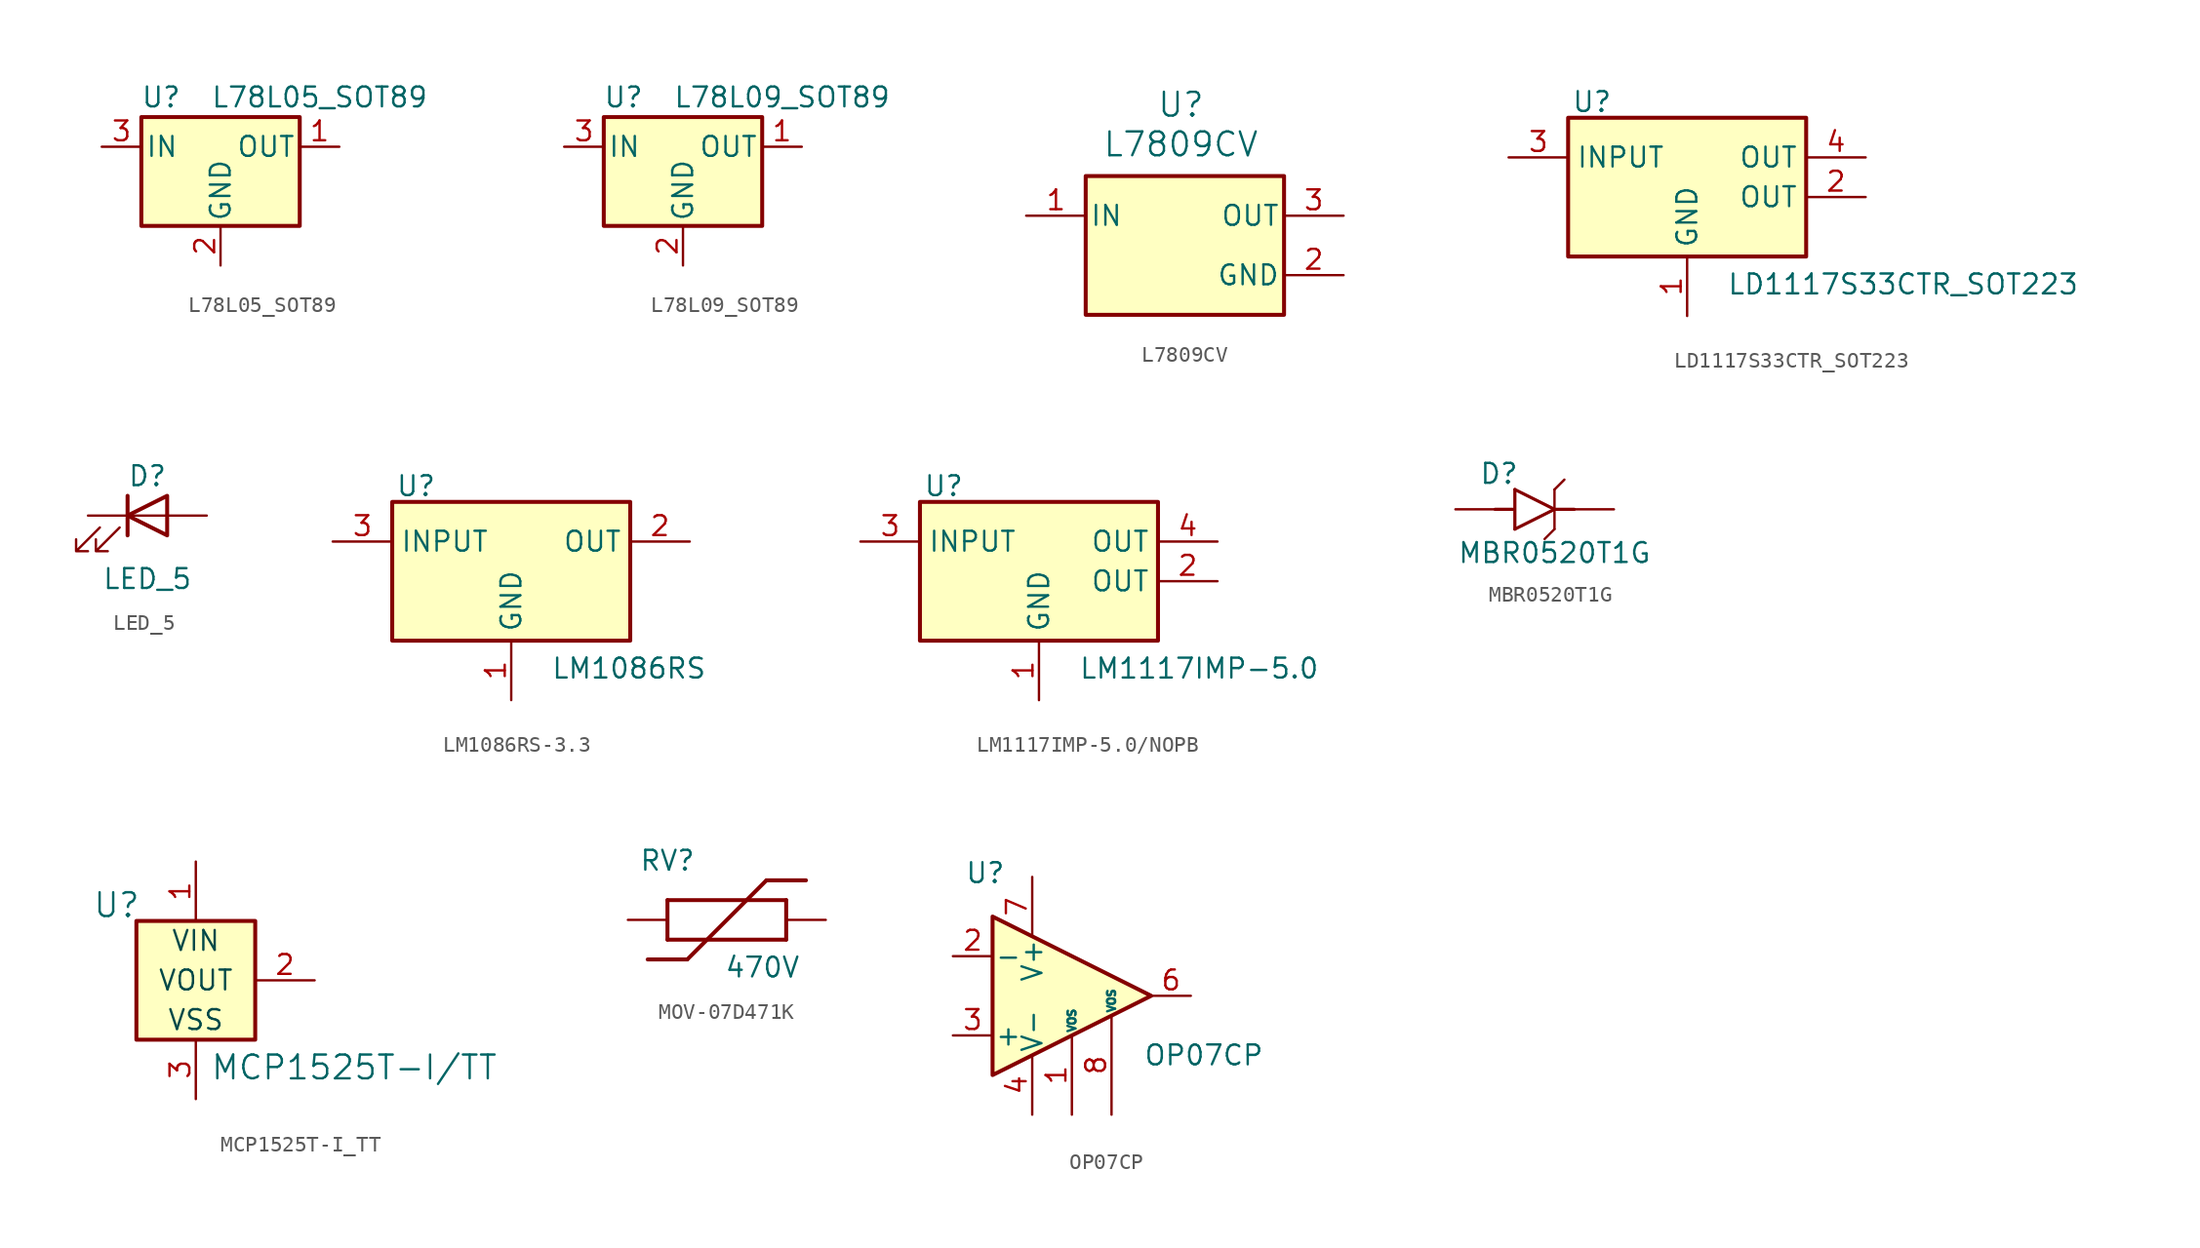
<source format=kicad_sym>
(kicad_symbol_lib
  (version 20231120)
  (generator "kicad_symbol_editor")
  (generator_version "8.0")
  (symbol "L78L05_SOT89"
    (pin_names
      (offset 0.254))
    (property "Reference" "U"
      (at -3.81 3.175 0)
      (effects (font (size 1.27 1.27))))
    (property "Value" "L78L05_SOT89"
      (at -0.635 3.175 0)
      (effects (font (size 1.27 1.27)) (justify left)))
    (symbol "L78L05_SOT89_0_1"
      (rectangle (start -5.08 1.905) (end 5.08 -5.08) (stroke (width 0.254) (type default)) (fill (type background))))
    (symbol "L78L05_SOT89_1_1"
      (pin power_out line (at 7.62 0 180) (length 2.54) (name "OUT" (effects (font (size 1.27 1.27)))) (number "1" (effects (font (size 1.27 1.27)))))
      (pin power_in line (at 0 -7.62 90) (length 2.54) (name "GND" (effects (font (size 1.27 1.27)))) (number "2" (effects (font (size 1.27 1.27)))))
      (pin power_in line (at -7.62 0 0) (length 2.54) (name "IN" (effects (font (size 1.27 1.27)))) (number "3" (effects (font (size 1.27 1.27)))))))
  (symbol "L78L09_SOT89"
    (pin_names
      (offset 0.254))
    (property "Reference" "U"
      (at -3.81 3.175 0)
      (effects (font (size 1.27 1.27))))
    (property "Value" "L78L09_SOT89"
      (at -0.635 3.175 0)
      (effects (font (size 1.27 1.27)) (justify left)))
    (symbol "L78L09_SOT89_0_1"
      (rectangle (start -5.08 1.905) (end 5.08 -5.08) (stroke (width 0.254) (type default)) (fill (type background))))
    (symbol "L78L09_SOT89_1_1"
      (pin power_out line (at 7.62 0 180) (length 2.54) (name "OUT" (effects (font (size 1.27 1.27)))) (number "1" (effects (font (size 1.27 1.27)))))
      (pin power_in line (at 0 -7.62 90) (length 2.54) (name "GND" (effects (font (size 1.27 1.27)))) (number "2" (effects (font (size 1.27 1.27)))))
      (pin power_in line (at -7.62 0 0) (length 2.54) (name "IN" (effects (font (size 1.27 1.27)))) (number "3" (effects (font (size 1.27 1.27)))))))
  (symbol "L7809CV"
    (pin_names
      (offset 0.254))
    (property "Reference" "U"
      (at 6.096 13.462 0)
      (effects (font (size 1.524 1.524))))
    (property "Value" "L7809CV"
      (at 6.096 10.922 0)
      (effects (font (size 1.524 1.524))))
    (symbol "L7809CV_0_1"
      (rectangle (start 0 8.89) (end 12.7 0) (stroke (width 0.254) (type default)) (fill (type background)))
      (pin power_in line (at -3.81 6.35 0) (length 3.81) (name "IN" (effects (font (size 1.27 1.27)))) (number "1" (effects (font (size 1.27 1.27)))))
      (pin power_in line (at 16.51 2.54 180) (length 3.81) (name "GND" (effects (font (size 1.27 1.27)))) (number "2" (effects (font (size 1.27 1.27)))))
      (pin power_in line (at 16.51 6.35 180) (length 3.81) (name "OUT" (effects (font (size 1.27 1.27)))) (number "3" (effects (font (size 1.27 1.27)))))))
  (symbol "LD1117S33CTR_SOT223"
    (property "Reference" "U"
      (at 1.524 9.906 0)
      (effects (font (size 1.27 1.27))))
    (property "Value" "LD1117S33CTR_SOT223"
      (at 10.16 -1.778 0)
      (effects (font (size 1.27 1.27)) (justify left)))
    (symbol "LD1117S33CTR_SOT223_1_1"
      (rectangle (start 0 8.89) (end 15.24 0) (stroke (width 0.254) (type default)) (fill (type background)))
      (pin power_in line (at 7.62 -3.81 90) (length 3.81) (name "GND" (effects (font (size 1.27 1.27)))) (number "1" (effects (font (size 1.27 1.27)))))
      (pin power_in line (at 19.05 3.81 180) (length 3.81) (name "OUT" (effects (font (size 1.27 1.27)))) (number "2" (effects (font (size 1.27 1.27)))))
      (pin power_in line (at -3.81 6.35 0) (length 3.81) (name "INPUT" (effects (font (size 1.27 1.27)))) (number "3" (effects (font (size 1.27 1.27)))))
      (pin power_in line (at 19.05 6.35 180) (length 3.81) (name "OUT" (effects (font (size 1.27 1.27)))) (number "4" (effects (font (size 1.27 1.27)))))))
  (symbol "LED_5"
    (pin_numbers hide)
    (pin_names
      (offset 1.016) hide)
    (property "Reference" "D"
      (at 0 2.54 0)
      (effects (font (size 1.27 1.27))))
    (property "Value" "LED_5"
      (at 0 -4.064 0)
      (effects (font (size 1.27 1.27))))
    (symbol "LED_5_0_1"
      (polyline (pts (xy -1.27 -1.27) (xy -1.27 1.27)) (stroke (width 0.254) (type default)) (fill (type none)))
      (polyline (pts (xy -1.27 0) (xy 1.27 0)) (stroke (width 0) (type default)) (fill (type none)))
      (polyline (pts (xy 1.27 -1.27) (xy 1.27 1.27) (xy -1.27 0) (xy 1.27 -1.27)) (stroke (width 0.254) (type default)) (fill (type none)))
      (polyline (pts (xy -3.048 -0.762) (xy -4.572 -2.286) (xy -3.81 -2.286) (xy -4.572 -2.286) (xy -4.572 -1.524)) (stroke (width 0) (type default)) (fill (type none)))
      (polyline (pts (xy -1.778 -0.762) (xy -3.302 -2.286) (xy -2.54 -2.286) (xy -3.302 -2.286) (xy -3.302 -1.524)) (stroke (width 0) (type default)) (fill (type none))))
    (symbol "LED_5_1_1"
      (pin passive line (at -3.81 0 0) (length 2.54) (name "K" (effects (font (size 1.27 1.27)))) (number "1" (effects (font (size 1.27 1.27)))))
      (pin passive line (at 3.81 0 180) (length 2.54) (name "A" (effects (font (size 1.27 1.27)))) (number "2" (effects (font (size 1.27 1.27)))))))
  (symbol "LM1086RS-3.3"
    (property "Reference" "U"
      (at 1.524 9.906 0)
      (effects (font (size 1.27 1.27))))
    (property "Value" "LM1086RS"
      (at 10.16 -1.778 0)
      (effects (font (size 1.27 1.27)) (justify left)))
    (symbol "LM1086RS-3.3_1_1"
      (rectangle (start 0 8.89) (end 15.24 0) (stroke (width 0.254) (type default)) (fill (type background)))
      (pin power_in line (at 7.62 -3.81 90) (length 3.81) (name "GND" (effects (font (size 1.27 1.27)))) (number "1" (effects (font (size 1.27 1.27)))))
      (pin power_in line (at 19.05 6.35 180) (length 3.81) (name "OUT" (effects (font (size 1.27 1.27)))) (number "2" (effects (font (size 1.27 1.27)))))
      (pin power_in line (at -3.81 6.35 0) (length 3.81) (name "INPUT" (effects (font (size 1.27 1.27)))) (number "3" (effects (font (size 1.27 1.27)))))))
  (symbol "LM1117IMP-5.0/NOPB"
    (property "Reference" "U"
      (at 1.524 9.906 0)
      (effects (font (size 1.27 1.27))))
    (property "Value" "LM1117IMP-5.0"
      (at 10.16 -1.778 0)
      (effects (font (size 1.27 1.27)) (justify left)))
    (symbol "LM1117IMP-5.0/NOPB_1_1"
      (rectangle (start 0 8.89) (end 15.24 0) (stroke (width 0.254) (type default)) (fill (type background)))
      (pin power_in line (at 7.62 -3.81 90) (length 3.81) (name "GND" (effects (font (size 1.27 1.27)))) (number "1" (effects (font (size 1.27 1.27)))))
      (pin power_in line (at 19.05 3.81 180) (length 3.81) (name "OUT" (effects (font (size 1.27 1.27)))) (number "2" (effects (font (size 1.27 1.27)))))
      (pin power_in line (at -3.81 6.35 0) (length 3.81) (name "INPUT" (effects (font (size 1.27 1.27)))) (number "3" (effects (font (size 1.27 1.27)))))
      (pin power_in line (at 19.05 6.35 180) (length 3.81) (name "OUT" (effects (font (size 1.27 1.27)))) (number "4" (effects (font (size 1.27 1.27)))))))
  (symbol "MBR0520T1G"
    (pin_numbers hide)
    (pin_names hide)
    (property "Reference" "D"
      (at -1.016 2.286 0)
      (effects (font (size 1.27 1.27))))
    (property "Value" "MBR0520T1G"
      (at 2.54 -2.794 0)
      (effects (font (size 1.27 1.27))))
    (symbol "MBR0520T1G_0_1"
      (polyline (pts (xy -1.27 0) (xy -0.127 0)) (stroke (width 0.203) (type default)) (fill (type none)))
      (polyline (pts (xy 0 -1.27) (xy 2.54 0)) (stroke (width 0.203) (type default)) (fill (type none)))
      (polyline (pts (xy 0 1.27) (xy 0 -1.27)) (stroke (width 0.203) (type default)) (fill (type none)))
      (polyline (pts (xy 2.54 -1.27) (xy 1.905 -1.905)) (stroke (width 0) (type default)) (fill (type none)))
      (polyline (pts (xy 2.54 0) (xy 0 1.27)) (stroke (width 0.203) (type default)) (fill (type none)))
      (polyline (pts (xy 2.54 0) (xy 3.81 0)) (stroke (width 0.203) (type default)) (fill (type none)))
      (polyline (pts (xy 2.54 1.27) (xy 2.54 -1.27)) (stroke (width 0) (type default)) (fill (type none)))
      (polyline (pts (xy 2.54 1.27) (xy 3.175 1.905)) (stroke (width 0) (type default)) (fill (type none))))
    (symbol "MBR0520T1G_1_1"
      (pin unspecified line (at -3.81 0 0) (length 2.54) (name "A" (effects (font (size 1.27 1.27)))) (number "1" (effects (font (size 1.27 1.27)))))
      (pin unspecified line (at 6.35 0 180) (length 2.54) (name "K" (effects (font (size 1.27 1.27)))) (number "2" (effects (font (size 1.27 1.27)))))))
  (symbol "MCP1525T-I_TT"
    (pin_names
      (offset 0.254) hide)
    (property "Reference" "U"
      (at -5.08 6.096 0)
      (effects (font (size 1.524 1.524))))
    (property "Value" "MCP1525T-I/TT"
      (at 10.16 -4.318 0)
      (effects (font (size 1.524 1.524))))
    (symbol "MCP1525T-I_TT_0_1"
      (pin unspecified line (at 0 8.89 270) (length 3.81) (name "VIN" (effects (font (size 1.27 1.27)))) (number "1" (effects (font (size 1.27 1.27)))))
      (pin unspecified line (at 7.62 1.27 180) (length 3.81) (name "VOUT" (effects (font (size 1.27 1.27)))) (number "2" (effects (font (size 1.27 1.27)))))
      (pin unspecified line (at 0 -6.35 90) (length 3.81) (name "VSS" (effects (font (size 1.27 1.27)))) (number "3" (effects (font (size 1.27 1.27))))))
    (symbol "MCP1525T-I_TT_1_1"
      (rectangle (start -3.81 5.08) (end 3.81 -2.54) (stroke (width 0.254) (type default)) (fill (type background)))
      (text "VIN" (at 0 3.81 0) (effects (font (size 1.27 1.27) (color 0 72 72 1))))
      (text "VOUT" (at 0 1.27 0) (effects (font (size 1.27 1.27) (color 0 72 72 1))))
      (text "VSS" (at 0 -1.27 0) (effects (font (size 1.27 1.27) (color 0 72 72 1))))))
  (symbol "MOV-07D471K"
    (pin_numbers hide)
    (pin_names hide)
    (property "Reference" "RV"
      (at -3.81 3.81 0)
      (effects (font (size 1.27 1.27))))
    (property "Value" "470V"
      (at 2.286 -3.048 0)
      (effects (font (size 1.27 1.27))))
    (symbol "MOV-07D471K_0_0"
      (polyline (pts (xy -5.08 -2.54) (xy -2.54 -2.54)) (stroke (width 0.254) (type default)) (fill (type none)))
      (polyline (pts (xy -3.81 1.27) (xy -3.81 -1.27)) (stroke (width 0.254) (type default)) (fill (type none)))
      (polyline (pts (xy -3.81 1.27) (xy 3.81 1.27)) (stroke (width 0.254) (type default)) (fill (type none)))
      (polyline (pts (xy 2.54 2.54) (xy -2.54 -2.54)) (stroke (width 0.254) (type default)) (fill (type none)))
      (polyline (pts (xy 2.54 2.54) (xy 5.08 2.54)) (stroke (width 0.254) (type default)) (fill (type none)))
      (polyline (pts (xy 3.81 -1.27) (xy -3.81 -1.27)) (stroke (width 0.254) (type default)) (fill (type none)))
      (polyline (pts (xy 3.81 -1.27) (xy 3.81 1.27)) (stroke (width 0.254) (type default)) (fill (type none)))
      (pin bidirectional line (at -6.35 0 0) (length 2.54) (name "~" (effects (font (size 1.016 1.016)))) (number "1" (effects (font (size 1.016 1.016)))))
      (pin bidirectional line (at 6.35 0 180) (length 2.54) (name "~" (effects (font (size 1.016 1.016)))) (number "2" (effects (font (size 1.016 1.016)))))))
  (symbol "OP07CP"
    (pin_names
      (offset 0.127))
    (property "Reference" "U"
      (at -1.778 12.954 0)
      (effects (font (size 1.27 1.27)) (justify left)))
    (property "Value" "OP07CP"
      (at 9.652 1.27 0)
      (effects (font (size 1.27 1.27)) (justify left)))
    (symbol "OP07CP_0_1"
      (polyline (pts (xy 0 10.16) (xy 10.16 5.08) (xy 0 0) (xy 0 10.16)) (stroke (width 0.254) (type default)) (fill (type background))))
    (symbol "OP07CP_1_1"
      (pin input line (at 5.08 -2.54 90) (length 5.08) (name "VOS" (effects (font (size 0.508 0.508)))) (number "1" (effects (font (size 1.27 1.27)))))
      (pin input line (at -2.54 7.62 0) (length 2.54) (name "-" (effects (font (size 1.27 1.27)))) (number "2" (effects (font (size 1.27 1.27)))))
      (pin input line (at -2.54 2.54 0) (length 2.54) (name "+" (effects (font (size 1.27 1.27)))) (number "3" (effects (font (size 1.27 1.27)))))
      (pin power_in line (at 2.54 -2.54 90) (length 3.81) (name "V-" (effects (font (size 1.27 1.27)))) (number "4" (effects (font (size 1.27 1.27)))))
      (pin no_connect line (at 5.08 7.62 270) (length 2.54) hide (name "NC" (effects (font (size 1.27 1.27)))) (number "5" (effects (font (size 1.27 1.27)))))
      (pin output line (at 12.7 5.08 180) (length 2.54) (name "~" (effects (font (size 1.27 1.27)))) (number "6" (effects (font (size 1.27 1.27)))))
      (pin power_in line (at 2.54 12.7 270) (length 3.81) (name "V+" (effects (font (size 1.27 1.27)))) (number "7" (effects (font (size 1.27 1.27)))))
      (pin input line (at 7.62 -2.54 90) (length 6.35) (name "VOS" (effects (font (size 0.508 0.508)))) (number "8" (effects (font (size 1.27 1.27))))))))
</source>
